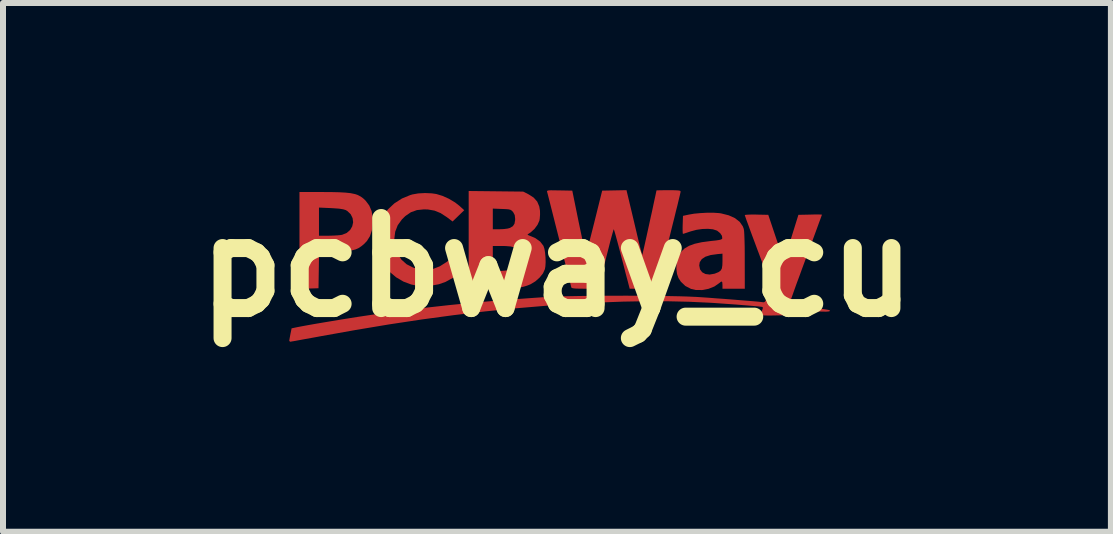
<source format=kicad_pcb>
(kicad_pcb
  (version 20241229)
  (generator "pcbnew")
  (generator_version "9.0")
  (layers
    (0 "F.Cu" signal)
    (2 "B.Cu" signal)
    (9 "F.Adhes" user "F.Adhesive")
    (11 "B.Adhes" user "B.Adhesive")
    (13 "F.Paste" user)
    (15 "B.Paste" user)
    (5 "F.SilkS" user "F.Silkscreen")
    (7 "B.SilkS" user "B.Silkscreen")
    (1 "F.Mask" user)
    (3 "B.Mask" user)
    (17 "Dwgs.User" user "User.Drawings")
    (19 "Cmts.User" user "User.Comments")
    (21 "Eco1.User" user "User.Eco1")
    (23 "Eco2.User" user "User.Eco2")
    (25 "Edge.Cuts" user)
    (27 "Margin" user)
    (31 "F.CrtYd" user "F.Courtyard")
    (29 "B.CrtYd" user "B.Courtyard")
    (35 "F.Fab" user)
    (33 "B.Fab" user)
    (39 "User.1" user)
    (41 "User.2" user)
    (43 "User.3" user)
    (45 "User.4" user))
  (footprint "pcbway_cu"
    (layer "F.Cu")
    (at 6.229 1.404)
    (property "Reference" "pcbway_cu" (at 0 0 0) (layer "F.SilkS") (effects (font (size 1.5 1.5) (thickness 0.3))))
    (attr board_only exclude_from_pos_files exclude_from_bom)
    (fp_poly (pts (xy -3.751 -1.254) (xy -3.624 -1.251) (xy -3.521 -1.245) (xy -3.438 -1.236) (xy -3.37 -1.222) (xy -3.316 -1.204) (xy -3.269 -1.179) (xy -3.228 -1.149) (xy -3.188 -1.111) (xy -3.127 -1.03) (xy -3.088 -0.937) (xy -3.07 -0.826) (xy -3.07 -0.736) (xy -3.084 -0.616) (xy -3.116 -0.519) (xy -3.167 -0.438) (xy -3.216 -0.387) (xy -3.263 -0.349) (xy -3.307 -0.32) (xy -3.355 -0.299) (xy -3.412 -0.284) (xy -3.484 -0.275) (xy -3.575 -0.269) (xy -3.69 -0.266) (xy -3.964 -0.26) (xy -3.968 0.044) (xy -3.973 0.348) (xy -4.131 0.353) (xy -4.29 0.357) (xy -4.29 -0.449) (xy -4.29 -0.761) (xy -3.965 -0.761) (xy -3.965 -0.527) (xy -3.806 -0.527) (xy -3.73 -0.529) (xy -3.658 -0.533) (xy -3.599 -0.539) (xy -3.578 -0.543) (xy -3.502 -0.574) (xy -3.446 -0.623) (xy -3.411 -0.683) (xy -3.396 -0.751) (xy -3.405 -0.82) (xy -3.436 -0.884) (xy -3.491 -0.937) (xy -3.519 -0.954) (xy -3.561 -0.967) (xy -3.63 -0.978) (xy -3.729 -0.985) (xy -3.765 -0.987) (xy -3.965 -0.996) (xy -3.965 -0.761) (xy -4.29 -0.761) (xy -4.29 -1.255) (xy -3.905 -1.255)) (stroke (width 0) (type solid)) (fill yes) (layer "F.Cu"))
    (fp_poly (pts (xy -2.086 -1.233) (xy -2.01 -1.222) (xy -1.908 -1.191) (xy -1.799 -1.142) (xy -1.697 -1.081) (xy -1.628 -1.027) (xy -1.545 -0.952) (xy -1.642 -0.858) (xy -1.739 -0.764) (xy -1.836 -0.837) (xy -1.939 -0.904) (xy -2.04 -0.945) (xy -2.149 -0.964) (xy -2.217 -0.966) (xy -2.333 -0.954) (xy -2.434 -0.918) (xy -2.526 -0.855) (xy -2.583 -0.799) (xy -2.653 -0.702) (xy -2.695 -0.594) (xy -2.71 -0.474) (xy -2.71 -0.466) (xy -2.696 -0.338) (xy -2.656 -0.225) (xy -2.591 -0.128) (xy -2.504 -0.051) (xy -2.396 0.004) (xy -2.295 0.031) (xy -2.175 0.041) (xy -2.063 0.026) (xy -1.953 -0.017) (xy -1.842 -0.087) (xy -1.816 -0.107) (xy -1.737 -0.17) (xy -1.647 -0.067) (xy -1.557 0.035) (xy -1.623 0.092) (xy -1.736 0.176) (xy -1.856 0.242) (xy -1.966 0.281) (xy -2.057 0.298) (xy -2.163 0.306) (xy -2.271 0.306) (xy -2.371 0.297) (xy -2.43 0.285) (xy -2.558 0.237) (xy -2.679 0.166) (xy -2.785 0.077) (xy -2.87 -0.025) (xy -2.9 -0.073) (xy -2.949 -0.191) (xy -2.979 -0.323) (xy -2.99 -0.461) (xy -2.981 -0.599) (xy -2.953 -0.728) (xy -2.906 -0.842) (xy -2.9 -0.852) (xy -2.816 -0.966) (xy -2.709 -1.066) (xy -2.583 -1.147) (xy -2.445 -1.204) (xy -2.408 -1.215) (xy -2.31 -1.232) (xy -2.198 -1.238)) (stroke (width 0) (type solid)) (fill yes) (layer "F.Cu"))
    (fp_poly (pts (xy 2.699 -0.904) (xy 2.734 -0.899) (xy 2.861 -0.867) (xy 2.965 -0.82) (xy 3.044 -0.758) (xy 3.096 -0.683) (xy 3.112 -0.64) (xy 3.117 -0.607) (xy 3.121 -0.545) (xy 3.124 -0.459) (xy 3.127 -0.351) (xy 3.128 -0.225) (xy 3.128 -0.112) (xy 3.129 0.356) (xy 2.943 0.356) (xy 2.757 0.356) (xy 2.757 0.294) (xy 2.754 0.25) (xy 2.744 0.235) (xy 2.723 0.246) (xy 2.704 0.262) (xy 2.622 0.319) (xy 2.524 0.358) (xy 2.417 0.378) (xy 2.312 0.377) (xy 2.233 0.359) (xy 2.138 0.31) (xy 2.063 0.238) (xy 2.024 0.178) (xy 2 0.111) (xy 1.989 0.027) (xy 1.99 -0.032) (xy 2.37 -0.032) (xy 2.383 0.033) (xy 2.419 0.082) (xy 2.474 0.111) (xy 2.543 0.12) (xy 2.624 0.106) (xy 2.638 0.101) (xy 2.692 0.079) (xy 2.727 0.053) (xy 2.747 0.018) (xy 2.755 -0.035) (xy 2.757 -0.101) (xy 2.757 -0.228) (xy 2.676 -0.221) (xy 2.56 -0.205) (xy 2.472 -0.177) (xy 2.412 -0.137) (xy 2.378 -0.085) (xy 2.37 -0.032) (xy 1.99 -0.032) (xy 1.991 -0.062) (xy 2.005 -0.143) (xy 2.024 -0.194) (xy 2.069 -0.261) (xy 2.127 -0.316) (xy 2.201 -0.359) (xy 2.295 -0.393) (xy 2.412 -0.419) (xy 2.556 -0.438) (xy 2.571 -0.44) (xy 2.649 -0.448) (xy 2.701 -0.456) (xy 2.733 -0.464) (xy 2.749 -0.474) (xy 2.754 -0.485) (xy 2.748 -0.526) (xy 2.719 -0.569) (xy 2.673 -0.607) (xy 2.66 -0.614) (xy 2.598 -0.634) (xy 2.516 -0.642) (xy 2.421 -0.639) (xy 2.323 -0.625) (xy 2.23 -0.6) (xy 2.226 -0.599) (xy 2.17 -0.58) (xy 2.125 -0.565) (xy 2.1 -0.558) (xy 2.098 -0.558) (xy 2.095 -0.572) (xy 2.093 -0.611) (xy 2.093 -0.667) (xy 2.094 -0.708) (xy 2.099 -0.858) (xy 2.192 -0.878) (xy 2.283 -0.894) (xy 2.39 -0.904) (xy 2.501 -0.91) (xy 2.608 -0.91)) (stroke (width 0) (type solid)) (fill yes) (layer "F.Cu"))
    (fp_poly (pts (xy -1.017 -1.267) (xy -0.563 -1.262) (xy -0.472 -1.216) (xy -0.387 -1.161) (xy -0.329 -1.095) (xy -0.295 -1.014) (xy -0.283 -0.943) (xy -0.282 -0.878) (xy -0.287 -0.814) (xy -0.293 -0.778) (xy -0.324 -0.709) (xy -0.375 -0.64) (xy -0.438 -0.583) (xy -0.456 -0.571) (xy -0.485 -0.552) (xy -0.489 -0.541) (xy -0.472 -0.534) (xy -0.362 -0.488) (xy -0.281 -0.43) (xy -0.226 -0.359) (xy -0.224 -0.354) (xy -0.209 -0.309) (xy -0.198 -0.243) (xy -0.191 -0.166) (xy -0.189 -0.087) (xy -0.193 -0.017) (xy -0.201 0.029) (xy -0.233 0.1) (xy -0.289 0.17) (xy -0.36 0.233) (xy -0.441 0.282) (xy -0.446 0.284) (xy -0.499 0.305) (xy -0.555 0.322) (xy -0.618 0.335) (xy -0.694 0.344) (xy -0.785 0.351) (xy -0.896 0.354) (xy -1.032 0.356) (xy -1.104 0.356) (xy -1.471 0.356) (xy -1.471 -0.157) (xy -1.069 -0.157) (xy -1.068 -0.082) (xy -1.065 -0.017) (xy -1.062 0.03) (xy -1.058 0.053) (xy -1.057 0.053) (xy -1.035 0.059) (xy -0.991 0.061) (xy -0.932 0.059) (xy -0.866 0.054) (xy -0.802 0.047) (xy -0.746 0.038) (xy -0.708 0.028) (xy -0.701 0.025) (xy -0.643 -0.015) (xy -0.608 -0.067) (xy -0.593 -0.138) (xy -0.592 -0.144) (xy -0.59 -0.196) (xy -0.597 -0.232) (xy -0.618 -0.264) (xy -0.627 -0.275) (xy -0.663 -0.31) (xy -0.71 -0.333) (xy -0.772 -0.348) (xy -0.855 -0.355) (xy -0.925 -0.356) (xy -1.069 -0.356) (xy -1.069 -0.157) (xy -1.471 -0.157) (xy -1.471 -0.458) (xy -1.471 -0.807) (xy -1.069 -0.807) (xy -1.069 -0.635) (xy -0.952 -0.635) (xy -0.884 -0.638) (xy -0.823 -0.646) (xy -0.783 -0.657) (xy -0.735 -0.686) (xy -0.708 -0.727) (xy -0.697 -0.788) (xy -0.697 -0.811) (xy -0.704 -0.871) (xy -0.729 -0.918) (xy -0.734 -0.925) (xy -0.754 -0.945) (xy -0.774 -0.958) (xy -0.804 -0.966) (xy -0.849 -0.97) (xy -0.918 -0.973) (xy -0.92 -0.973) (xy -1.069 -0.979) (xy -1.069 -0.807) (xy -1.471 -0.807) (xy -1.471 -1.272)) (stroke (width 0) (type solid)) (fill yes) (layer "F.Cu"))
    (fp_poly (pts (xy 1.22 -1.027) (xy 1.246 -0.918) (xy 1.276 -0.792) (xy 1.307 -0.661) (xy 1.336 -0.538) (xy 1.349 -0.484) (xy 1.37 -0.396) (xy 1.389 -0.32) (xy 1.405 -0.26) (xy 1.416 -0.222) (xy 1.421 -0.208) (xy 1.421 -0.208) (xy 1.426 -0.224) (xy 1.435 -0.265) (xy 1.45 -0.329) (xy 1.468 -0.41) (xy 1.489 -0.504) (xy 1.512 -0.608) (xy 1.536 -0.718) (xy 1.56 -0.828) (xy 1.584 -0.935) (xy 1.605 -1.035) (xy 1.624 -1.124) (xy 1.64 -1.196) (xy 1.651 -1.249) (xy 1.657 -1.278) (xy 1.657 -1.282) (xy 1.672 -1.283) (xy 1.711 -1.284) (xy 1.771 -1.285) (xy 1.844 -1.285) (xy 1.859 -1.285) (xy 1.942 -1.285) (xy 1.999 -1.283) (xy 2.034 -1.28) (xy 2.053 -1.274) (xy 2.059 -1.265) (xy 2.06 -1.261) (xy 2.056 -1.242) (xy 2.046 -1.197) (xy 2.029 -1.128) (xy 2.008 -1.039) (xy 1.981 -0.933) (xy 1.952 -0.814) (xy 1.919 -0.683) (xy 1.885 -0.546) (xy 1.85 -0.404) (xy 1.814 -0.262) (xy 1.778 -0.122) (xy 1.744 0.013) (xy 1.712 0.138) (xy 1.683 0.251) (xy 1.671 0.298) (xy 1.656 0.356) (xy 1.434 0.356) (xy 1.211 0.356) (xy 1.18 0.236) (xy 1.167 0.187) (xy 1.147 0.113) (xy 1.124 0.022) (xy 1.097 -0.082) (xy 1.068 -0.192) (xy 1.051 -0.259) (xy 1.024 -0.362) (xy 0.999 -0.454) (xy 0.978 -0.531) (xy 0.961 -0.59) (xy 0.95 -0.625) (xy 0.945 -0.635) (xy 0.94 -0.62) (xy 0.928 -0.579) (xy 0.91 -0.515) (xy 0.888 -0.433) (xy 0.863 -0.334) (xy 0.835 -0.224) (xy 0.822 -0.174) (xy 0.793 -0.058) (xy 0.766 0.05) (xy 0.742 0.145) (xy 0.721 0.224) (xy 0.706 0.282) (xy 0.697 0.316) (xy 0.695 0.321) (xy 0.689 0.335) (xy 0.678 0.345) (xy 0.659 0.351) (xy 0.625 0.354) (xy 0.572 0.356) (xy 0.494 0.356) (xy 0.465 0.356) (xy 0.371 0.355) (xy 0.305 0.353) (xy 0.264 0.348) (xy 0.243 0.341) (xy 0.24 0.337) (xy 0.235 0.318) (xy 0.224 0.273) (xy 0.206 0.203) (xy 0.183 0.112) (xy 0.155 0.002) (xy 0.123 -0.123) (xy 0.088 -0.261) (xy 0.051 -0.408) (xy 0.039 -0.457) (xy 0.001 -0.607) (xy -0.035 -0.749) (xy -0.068 -0.88) (xy -0.097 -0.995) (xy -0.122 -1.094) (xy -0.142 -1.172) (xy -0.156 -1.227) (xy -0.164 -1.256) (xy -0.165 -1.259) (xy -0.166 -1.27) (xy -0.159 -1.277) (xy -0.139 -1.282) (xy -0.101 -1.284) (xy -0.042 -1.283) (xy 0.041 -1.282) (xy 0.255 -1.278) (xy 0.363 -0.747) (xy 0.389 -0.624) (xy 0.413 -0.511) (xy 0.434 -0.411) (xy 0.453 -0.328) (xy 0.467 -0.266) (xy 0.476 -0.228) (xy 0.48 -0.217) (xy 0.486 -0.231) (xy 0.498 -0.272) (xy 0.515 -0.337) (xy 0.538 -0.421) (xy 0.564 -0.522) (xy 0.593 -0.636) (xy 0.621 -0.747) (xy 0.753 -1.278) (xy 0.955 -1.282) (xy 1.158 -1.286)) (stroke (width 0) (type solid)) (fill yes) (layer "F.Cu"))
    (fp_poly (pts (xy 4.396 -0.88) (xy 4.414 -0.878) (xy 4.414 -0.878) (xy 4.409 -0.863) (xy 4.394 -0.821) (xy 4.37 -0.756) (xy 4.339 -0.671) (xy 4.301 -0.567) (xy 4.257 -0.448) (xy 4.208 -0.316) (xy 4.156 -0.175) (xy 4.143 -0.139) (xy 4.09 0.004) (xy 4.041 0.139) (xy 3.995 0.262) (xy 3.956 0.371) (xy 3.923 0.464) (xy 3.897 0.536) (xy 3.88 0.585) (xy 3.872 0.609) (xy 3.872 0.611) (xy 3.887 0.618) (xy 3.931 0.628) (xy 4.002 0.64) (xy 4.098 0.653) (xy 4.193 0.664) (xy 4.291 0.676) (xy 4.379 0.687) (xy 4.452 0.697) (xy 4.506 0.706) (xy 4.535 0.712) (xy 4.538 0.713) (xy 4.55 0.726) (xy 4.532 0.734) (xy 4.485 0.738) (xy 4.411 0.737) (xy 4.31 0.733) (xy 4.184 0.724) (xy 4.155 0.722) (xy 4.059 0.714) (xy 3.975 0.707) (xy 3.906 0.703) (xy 3.858 0.7) (xy 3.835 0.7) (xy 3.834 0.7) (xy 3.827 0.716) (xy 3.815 0.75) (xy 3.815 0.751) (xy 3.8 0.798) (xy 3.596 0.802) (xy 3.518 0.803) (xy 3.455 0.801) (xy 3.411 0.798) (xy 3.392 0.793) (xy 3.392 0.792) (xy 3.397 0.77) (xy 3.411 0.732) (xy 3.415 0.722) (xy 3.429 0.683) (xy 3.428 0.664) (xy 3.419 0.659) (xy 3.396 0.656) (xy 3.347 0.65) (xy 3.276 0.644) (xy 3.187 0.636) (xy 3.086 0.628) (xy 2.976 0.619) (xy 2.862 0.611) (xy 2.748 0.603) (xy 2.64 0.595) (xy 2.542 0.589) (xy 2.54 0.589) (xy 2.196 0.573) (xy 1.844 0.565) (xy 1.481 0.564) (xy 1.101 0.571) (xy 0.699 0.586) (xy 0.341 0.605) (xy -0.172 0.639) (xy -0.683 0.682) (xy -1.197 0.734) (xy -1.719 0.796) (xy -2.252 0.868) (xy -2.801 0.951) (xy -3.369 1.046) (xy -3.962 1.152) (xy -3.971 1.154) (xy -4.087 1.175) (xy -4.193 1.194) (xy -4.285 1.211) (xy -4.36 1.225) (xy -4.414 1.234) (xy -4.442 1.239) (xy -4.445 1.239) (xy -4.459 1.227) (xy -4.46 1.22) (xy -4.456 1.195) (xy -4.448 1.151) (xy -4.44 1.108) (xy -4.421 1.016) (xy -4.321 0.995) (xy -4.247 0.981) (xy -4.149 0.963) (xy -4.03 0.942) (xy -3.895 0.919) (xy -3.75 0.895) (xy -3.601 0.87) (xy -3.451 0.846) (xy -3.306 0.823) (xy -3.171 0.803) (xy -3.051 0.785) (xy -3.043 0.784) (xy -2.628 0.726) (xy -2.211 0.675) (xy -1.788 0.628) (xy -1.353 0.585) (xy -0.901 0.546) (xy -0.426 0.511) (xy -0.147 0.492) (xy -0.052 0.487) (xy 0.071 0.483) (xy 0.216 0.48) (xy 0.38 0.477) (xy 0.559 0.475) (xy 0.749 0.473) (xy 0.946 0.473) (xy 1.146 0.472) (xy 1.344 0.473) (xy 1.537 0.474) (xy 1.721 0.476) (xy 1.892 0.479) (xy 2.045 0.482) (xy 2.177 0.486) (xy 2.284 0.491) (xy 2.315 0.492) (xy 2.421 0.499) (xy 2.538 0.507) (xy 2.663 0.517) (xy 2.791 0.526) (xy 2.919 0.536) (xy 3.041 0.546) (xy 3.153 0.555) (xy 3.252 0.563) (xy 3.333 0.57) (xy 3.392 0.576) (xy 3.424 0.58) (xy 3.425 0.58) (xy 3.446 0.582) (xy 3.462 0.574) (xy 3.478 0.552) (xy 3.497 0.509) (xy 3.514 0.468) (xy 3.537 0.409) (xy 3.553 0.36) (xy 3.562 0.328) (xy 3.562 0.324) (xy 3.557 0.304) (xy 3.542 0.259) (xy 3.518 0.191) (xy 3.487 0.104) (xy 3.449 0.001) (xy 3.407 -0.114) (xy 3.36 -0.24) (xy 3.345 -0.279) (xy 3.298 -0.406) (xy 3.254 -0.523) (xy 3.215 -0.629) (xy 3.182 -0.72) (xy 3.155 -0.792) (xy 3.138 -0.842) (xy 3.129 -0.868) (xy 3.129 -0.87) (xy 3.143 -0.875) (xy 3.183 -0.878) (xy 3.242 -0.88) (xy 3.314 -0.88) (xy 3.324 -0.879) (xy 3.52 -0.875) (xy 3.646 -0.5) (xy 3.68 -0.399) (xy 3.711 -0.307) (xy 3.738 -0.23) (xy 3.76 -0.172) (xy 3.774 -0.135) (xy 3.779 -0.125) (xy 3.786 -0.139) (xy 3.8 -0.178) (xy 3.821 -0.24) (xy 3.847 -0.319) (xy 3.877 -0.412) (xy 3.905 -0.499) (xy 4.022 -0.875) (xy 4.218 -0.879) (xy 4.292 -0.881) (xy 4.353 -0.881)) (stroke (width 0) (type solid)) (fill yes) (layer "F.Cu")))
  (gr_rect
    (start -3 -3)
    (end 15.457 5.808)
    (stroke (width 0.1) (type default))
    (fill no)
    (layer "Edge.Cuts")))
</source>
